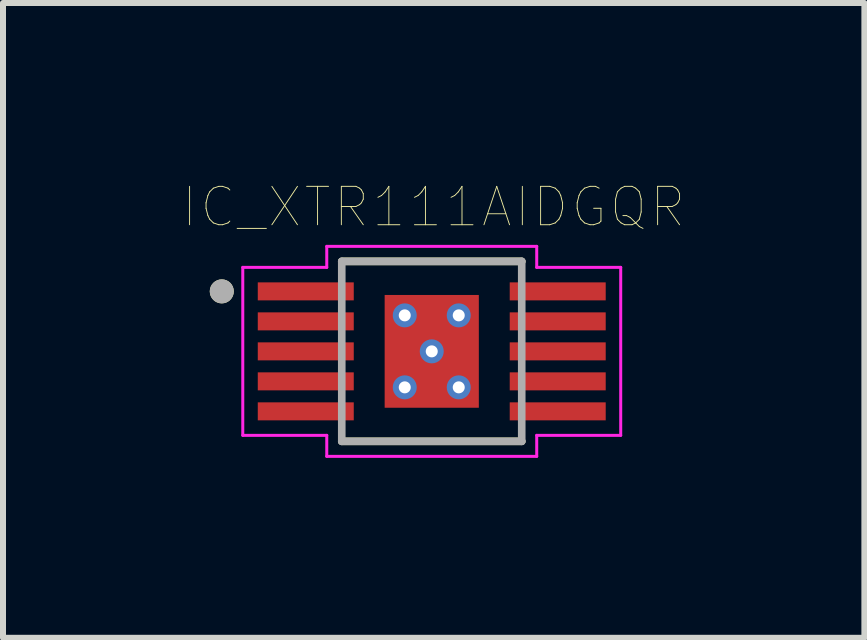
<source format=kicad_pcb>
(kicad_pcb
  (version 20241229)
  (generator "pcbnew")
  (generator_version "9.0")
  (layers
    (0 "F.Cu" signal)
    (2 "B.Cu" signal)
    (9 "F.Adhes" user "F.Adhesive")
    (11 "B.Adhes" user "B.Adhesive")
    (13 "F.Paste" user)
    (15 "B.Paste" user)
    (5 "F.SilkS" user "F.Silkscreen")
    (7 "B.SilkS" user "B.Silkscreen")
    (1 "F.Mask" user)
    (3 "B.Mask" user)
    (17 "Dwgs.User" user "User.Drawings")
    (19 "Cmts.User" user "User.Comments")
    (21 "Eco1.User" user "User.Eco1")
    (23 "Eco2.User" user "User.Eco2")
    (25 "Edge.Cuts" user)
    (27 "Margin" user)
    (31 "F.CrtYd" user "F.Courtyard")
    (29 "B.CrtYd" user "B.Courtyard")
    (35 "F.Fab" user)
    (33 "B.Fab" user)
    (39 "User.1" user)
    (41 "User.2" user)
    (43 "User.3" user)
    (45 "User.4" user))
  (footprint "IC_XTR111AIDGQR"
    (layer "F.Cu")
    (at 4.147 2.807)
    (property "Reference" "IC_XTR111AIDGQR" (at 0.032 -2.406 0) (layer "F.SilkS") (effects (font (size 0.64 0.64) (thickness 0.015))))
    (attr through_hole)
    (fp_poly (pts (xy -2.95 -1.2) (xy -1.25 -1.2) (xy -1.25 -0.8) (xy -2.95 -0.8)) (stroke (width 0.01) (type solid)) (fill yes) (layer "F.Mask"))
    (fp_poly (pts (xy -2.95 -0.7) (xy -1.25 -0.7) (xy -1.25 -0.3) (xy -2.95 -0.3)) (stroke (width 0.01) (type solid)) (fill yes) (layer "F.Mask"))
    (fp_poly (pts (xy -2.95 -0.2) (xy -1.25 -0.2) (xy -1.25 0.2) (xy -2.95 0.2)) (stroke (width 0.01) (type solid)) (fill yes) (layer "F.Mask"))
    (fp_poly (pts (xy -2.95 0.3) (xy -1.25 0.3) (xy -1.25 0.7) (xy -2.95 0.7)) (stroke (width 0.01) (type solid)) (fill yes) (layer "F.Mask"))
    (fp_poly (pts (xy -2.95 0.8) (xy -1.25 0.8) (xy -1.25 1.2) (xy -2.95 1.2)) (stroke (width 0.01) (type solid)) (fill yes) (layer "F.Mask"))
    (fp_poly (pts (xy 1.25 -1.2) (xy 2.95 -1.2) (xy 2.95 -0.8) (xy 1.25 -0.8)) (stroke (width 0.01) (type solid)) (fill yes) (layer "F.Mask"))
    (fp_poly (pts (xy 1.25 -0.7) (xy 2.95 -0.7) (xy 2.95 -0.3) (xy 1.25 -0.3)) (stroke (width 0.01) (type solid)) (fill yes) (layer "F.Mask"))
    (fp_poly (pts (xy 1.25 -0.2) (xy 2.95 -0.2) (xy 2.95 0.2) (xy 1.25 0.2)) (stroke (width 0.01) (type solid)) (fill yes) (layer "F.Mask"))
    (fp_poly (pts (xy 1.25 0.3) (xy 2.95 0.3) (xy 2.95 0.7) (xy 1.25 0.7)) (stroke (width 0.01) (type solid)) (fill yes) (layer "F.Mask"))
    (fp_poly (pts (xy 1.25 0.8) (xy 2.95 0.8) (xy 2.95 1.2) (xy 1.25 1.2)) (stroke (width 0.01) (type solid)) (fill yes) (layer "F.Mask"))
    (fp_line (start -1.5 1.5) (end 1.5 1.5) (stroke (width 0.127) (type solid)) (layer "F.SilkS"))
    (fp_line (start 1.5 -1.5) (end -1.5 -1.5) (stroke (width 0.127) (type solid)) (layer "F.SilkS"))
    (fp_circle (center -3.5 -1) (end -3.4 -1) (stroke (width 0.2) (type solid)) (fill no) (layer "F.SilkS"))
    (fp_poly (pts (xy -2.875 -1.125) (xy -1.325 -1.125) (xy -1.325 -0.875) (xy -2.875 -0.875)) (stroke (width 0.01) (type solid)) (fill yes) (layer "F.Paste"))
    (fp_poly (pts (xy -2.875 -0.625) (xy -1.325 -0.625) (xy -1.325 -0.375) (xy -2.875 -0.375)) (stroke (width 0.01) (type solid)) (fill yes) (layer "F.Paste"))
    (fp_poly (pts (xy -2.875 -0.125) (xy -1.325 -0.125) (xy -1.325 0.125) (xy -2.875 0.125)) (stroke (width 0.01) (type solid)) (fill yes) (layer "F.Paste"))
    (fp_poly (pts (xy -2.875 0.375) (xy -1.325 0.375) (xy -1.325 0.625) (xy -2.875 0.625)) (stroke (width 0.01) (type solid)) (fill yes) (layer "F.Paste"))
    (fp_poly (pts (xy -2.875 0.875) (xy -1.325 0.875) (xy -1.325 1.125) (xy -2.875 1.125)) (stroke (width 0.01) (type solid)) (fill yes) (layer "F.Paste"))
    (fp_poly (pts (xy 1.325 -1.125) (xy 2.875 -1.125) (xy 2.875 -0.875) (xy 1.325 -0.875)) (stroke (width 0.01) (type solid)) (fill yes) (layer "F.Paste"))
    (fp_poly (pts (xy 1.325 -0.625) (xy 2.875 -0.625) (xy 2.875 -0.375) (xy 1.325 -0.375)) (stroke (width 0.01) (type solid)) (fill yes) (layer "F.Paste"))
    (fp_poly (pts (xy 1.325 -0.125) (xy 2.875 -0.125) (xy 2.875 0.125) (xy 1.325 0.125)) (stroke (width 0.01) (type solid)) (fill yes) (layer "F.Paste"))
    (fp_poly (pts (xy 1.325 0.375) (xy 2.875 0.375) (xy 2.875 0.625) (xy 1.325 0.625)) (stroke (width 0.01) (type solid)) (fill yes) (layer "F.Paste"))
    (fp_poly (pts (xy 1.325 0.875) (xy 2.875 0.875) (xy 2.875 1.125) (xy 1.325 1.125)) (stroke (width 0.01) (type solid)) (fill yes) (layer "F.Paste"))
    (fp_line (start -3.15 -1.4) (end -3.15 1.4) (stroke (width 0.05) (type solid)) (layer "F.CrtYd"))
    (fp_line (start -3.15 1.4) (end -1.75 1.4) (stroke (width 0.05) (type solid)) (layer "F.CrtYd"))
    (fp_line (start -1.75 -1.75) (end -1.75 -1.4) (stroke (width 0.05) (type solid)) (layer "F.CrtYd"))
    (fp_line (start -1.75 -1.4) (end -3.15 -1.4) (stroke (width 0.05) (type solid)) (layer "F.CrtYd"))
    (fp_line (start -1.75 1.4) (end -1.75 1.75) (stroke (width 0.05) (type solid)) (layer "F.CrtYd"))
    (fp_line (start -1.75 1.75) (end 1.75 1.75) (stroke (width 0.05) (type solid)) (layer "F.CrtYd"))
    (fp_line (start 1.75 -1.75) (end -1.75 -1.75) (stroke (width 0.05) (type solid)) (layer "F.CrtYd"))
    (fp_line (start 1.75 -1.4) (end 1.75 -1.75) (stroke (width 0.05) (type solid)) (layer "F.CrtYd"))
    (fp_line (start 1.75 1.4) (end 3.15 1.4) (stroke (width 0.05) (type solid)) (layer "F.CrtYd"))
    (fp_line (start 1.75 1.75) (end 1.75 1.4) (stroke (width 0.05) (type solid)) (layer "F.CrtYd"))
    (fp_line (start 3.15 -1.4) (end 1.75 -1.4) (stroke (width 0.05) (type solid)) (layer "F.CrtYd"))
    (fp_line (start 3.15 1.4) (end 3.15 -1.4) (stroke (width 0.05) (type solid)) (layer "F.CrtYd"))
    (fp_line (start -1.5 -1.5) (end -1.5 1.5) (stroke (width 0.127) (type solid)) (layer "F.Fab"))
    (fp_line (start -1.5 1.5) (end 1.5 1.5) (stroke (width 0.127) (type solid)) (layer "F.Fab"))
    (fp_line (start 1.5 -1.5) (end -1.5 -1.5) (stroke (width 0.127) (type solid)) (layer "F.Fab"))
    (fp_line (start 1.5 1.5) (end 1.5 -1.5) (stroke (width 0.127) (type solid)) (layer "F.Fab"))
    (fp_circle (center -3.5 -1) (end -3.4 -1) (stroke (width 0.2) (type solid)) (fill no) (layer "F.Fab"))
    (pad "1" smd rect (at -2.1 -1) (size 1.6 0.3) (layers "F.Cu"))
    (pad "2" smd rect (at -2.1 -0.5) (size 1.6 0.3) (layers "F.Cu"))
    (pad "3" smd rect (at -2.1 0) (size 1.6 0.3) (layers "F.Cu"))
    (pad "4" smd rect (at -2.1 0.5) (size 1.6 0.3) (layers "F.Cu"))
    (pad "5" smd rect (at -2.1 1) (size 1.6 0.3) (layers "F.Cu"))
    (pad "6" smd rect (at 2.1 1) (size 1.6 0.3) (layers "F.Cu"))
    (pad "7" smd rect (at 2.1 0.5) (size 1.6 0.3) (layers "F.Cu"))
    (pad "8" smd rect (at 2.1 0) (size 1.6 0.3) (layers "F.Cu"))
    (pad "9" smd rect (at 2.1 -0.5) (size 1.6 0.3) (layers "F.Cu"))
    (pad "10" smd rect (at 2.1 -1) (size 1.6 0.3) (layers "F.Cu"))
    (pad "11" smd rect (at 0 0) (size 1.57 1.88) (layers "F.Cu" "F.Mask" "F.Paste"))
    (pad "12" thru_hole circle (at -0.45 -0.6) (size 0.4 0.4) (drill 0.2) (layers "*.Cu"))
    (pad "13" thru_hole circle (at 0.45 -0.6) (size 0.4 0.4) (drill 0.2) (layers "*.Cu"))
    (pad "14" thru_hole circle (at 0 0) (size 0.4 0.4) (drill 0.2) (layers "*.Cu"))
    (pad "15" thru_hole circle (at -0.45 0.6) (size 0.4 0.4) (drill 0.2) (layers "*.Cu"))
    (pad "16" thru_hole circle (at 0.45 0.6) (size 0.4 0.4) (drill 0.2) (layers "*.Cu")))
  (gr_rect
    (start -3 -3)
    (end 11.359 7.582)
    (stroke (width 0.1) (type default))
    (fill no)
    (layer "Edge.Cuts")))
</source>
